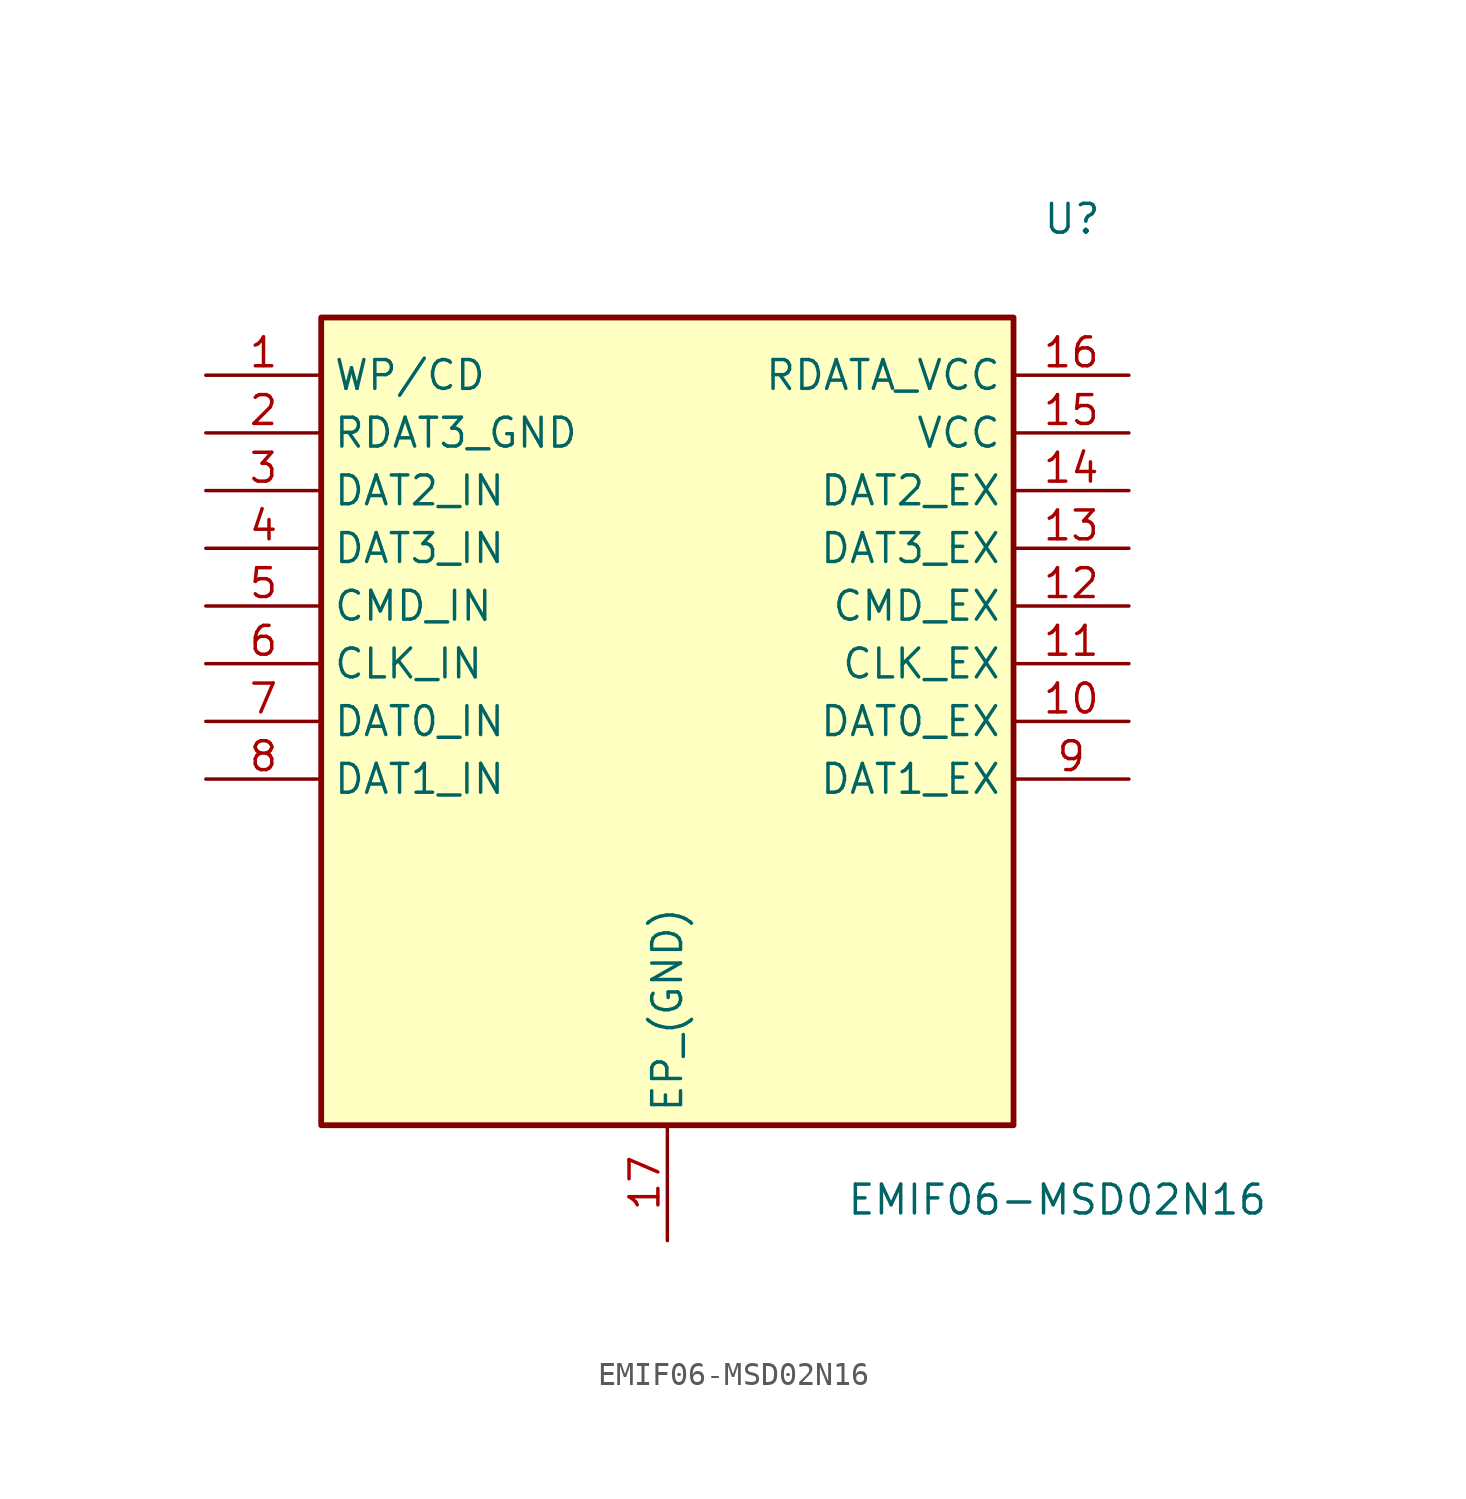
<source format=kicad_sym>
(kicad_symbol_lib
  (version 20231120)
  (generator "kicad_symbol_editor")
  (generator_version "8.0")
  (symbol "EMIF06-MSD02N16"
    (property "Reference" "U"
      (at 16.51 20.32 0)
      (effects (font (size 1.27 1.27)) (justify left top)))
    (property "Value" "EMIF06-MSD02N16"
      (at 7.874 -22.86 0)
      (effects (font (size 1.27 1.27)) (justify left top)))
    (symbol "EMIF06-MSD02N16_1_1"
      (rectangle (start -15.24 15.24) (end 15.24 -20.32) (stroke (width 0.254) (type default)) (fill (type background)))
      (pin passive line (at -20.32 12.7 0) (length 5.08) (name "WP/CD" (effects (font (size 1.27 1.27)))) (number "1" (effects (font (size 1.27 1.27)))))
      (pin passive line (at 20.32 -2.54 180) (length 5.08) (name "DAT0_EX" (effects (font (size 1.27 1.27)))) (number "10" (effects (font (size 1.27 1.27)))))
      (pin passive line (at 20.32 0 180) (length 5.08) (name "CLK_EX" (effects (font (size 1.27 1.27)))) (number "11" (effects (font (size 1.27 1.27)))))
      (pin passive line (at 20.32 2.54 180) (length 5.08) (name "CMD_EX" (effects (font (size 1.27 1.27)))) (number "12" (effects (font (size 1.27 1.27)))))
      (pin passive line (at 20.32 5.08 180) (length 5.08) (name "DAT3_EX" (effects (font (size 1.27 1.27)))) (number "13" (effects (font (size 1.27 1.27)))))
      (pin passive line (at 20.32 7.62 180) (length 5.08) (name "DAT2_EX" (effects (font (size 1.27 1.27)))) (number "14" (effects (font (size 1.27 1.27)))))
      (pin passive line (at 20.32 10.16 180) (length 5.08) (name "VCC" (effects (font (size 1.27 1.27)))) (number "15" (effects (font (size 1.27 1.27)))))
      (pin passive line (at 20.32 12.7 180) (length 5.08) (name "RDATA_VCC" (effects (font (size 1.27 1.27)))) (number "16" (effects (font (size 1.27 1.27)))))
      (pin passive line (at 0 -25.4 90) (length 5.08) (name "EP_(GND)" (effects (font (size 1.27 1.27)))) (number "17" (effects (font (size 1.27 1.27)))))
      (pin passive line (at -20.32 10.16 0) (length 5.08) (name "RDAT3_GND" (effects (font (size 1.27 1.27)))) (number "2" (effects (font (size 1.27 1.27)))))
      (pin passive line (at -20.32 7.62 0) (length 5.08) (name "DAT2_IN" (effects (font (size 1.27 1.27)))) (number "3" (effects (font (size 1.27 1.27)))))
      (pin passive line (at -20.32 5.08 0) (length 5.08) (name "DAT3_IN" (effects (font (size 1.27 1.27)))) (number "4" (effects (font (size 1.27 1.27)))))
      (pin passive line (at -20.32 2.54 0) (length 5.08) (name "CMD_IN" (effects (font (size 1.27 1.27)))) (number "5" (effects (font (size 1.27 1.27)))))
      (pin passive line (at -20.32 0 0) (length 5.08) (name "CLK_IN" (effects (font (size 1.27 1.27)))) (number "6" (effects (font (size 1.27 1.27)))))
      (pin passive line (at -20.32 -2.54 0) (length 5.08) (name "DAT0_IN" (effects (font (size 1.27 1.27)))) (number "7" (effects (font (size 1.27 1.27)))))
      (pin passive line (at -20.32 -5.08 0) (length 5.08) (name "DAT1_IN" (effects (font (size 1.27 1.27)))) (number "8" (effects (font (size 1.27 1.27)))))
      (pin passive line (at 20.32 -5.08 180) (length 5.08) (name "DAT1_EX" (effects (font (size 1.27 1.27)))) (number "9" (effects (font (size 1.27 1.27))))))))
</source>
